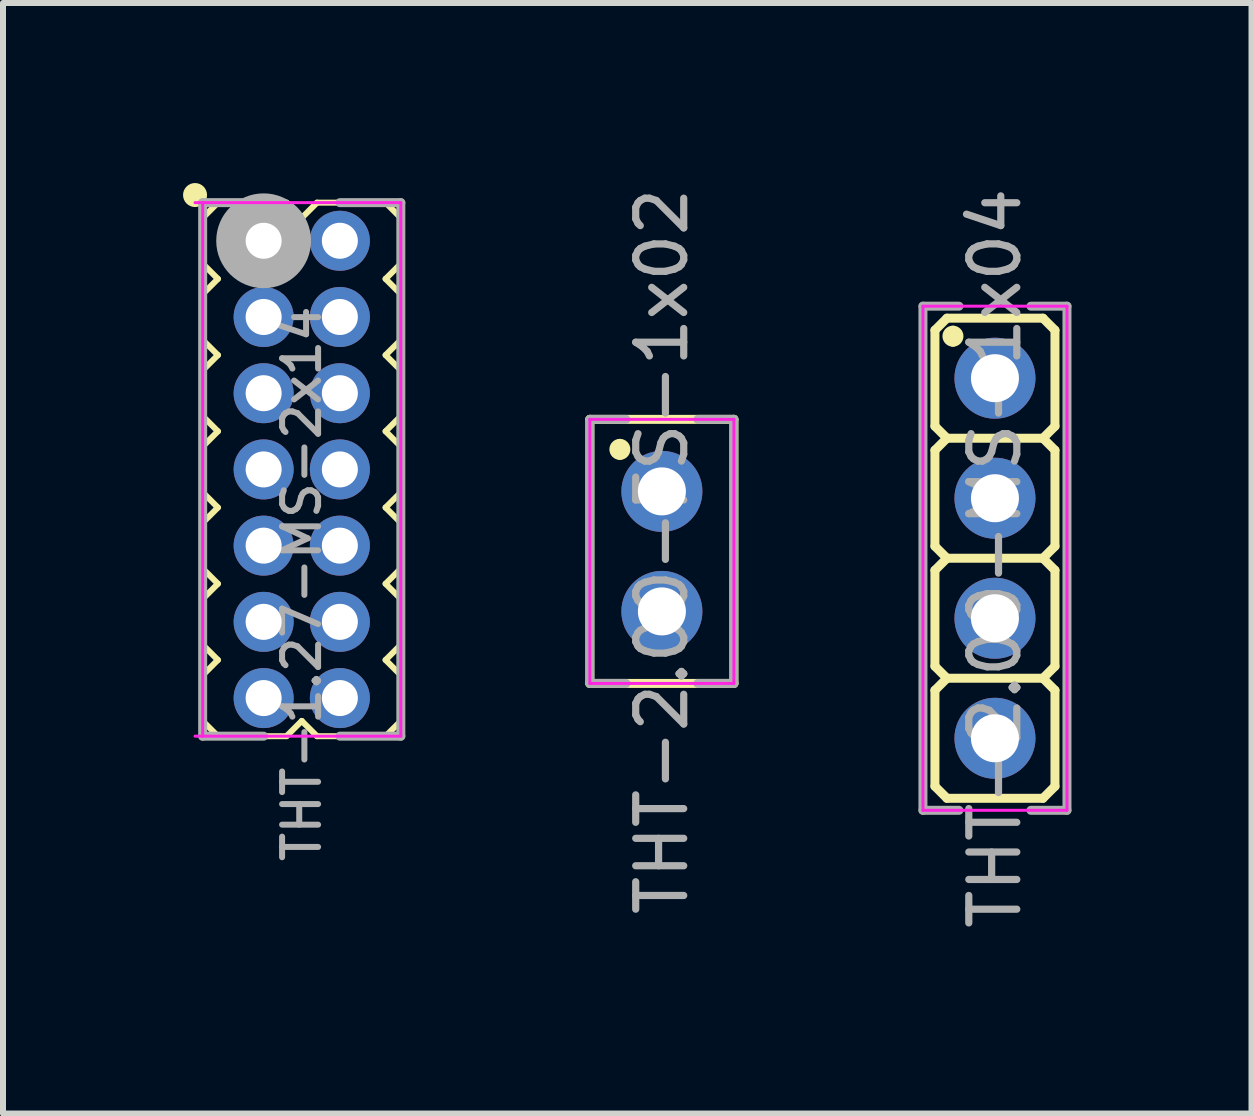
<source format=kicad_pcb>
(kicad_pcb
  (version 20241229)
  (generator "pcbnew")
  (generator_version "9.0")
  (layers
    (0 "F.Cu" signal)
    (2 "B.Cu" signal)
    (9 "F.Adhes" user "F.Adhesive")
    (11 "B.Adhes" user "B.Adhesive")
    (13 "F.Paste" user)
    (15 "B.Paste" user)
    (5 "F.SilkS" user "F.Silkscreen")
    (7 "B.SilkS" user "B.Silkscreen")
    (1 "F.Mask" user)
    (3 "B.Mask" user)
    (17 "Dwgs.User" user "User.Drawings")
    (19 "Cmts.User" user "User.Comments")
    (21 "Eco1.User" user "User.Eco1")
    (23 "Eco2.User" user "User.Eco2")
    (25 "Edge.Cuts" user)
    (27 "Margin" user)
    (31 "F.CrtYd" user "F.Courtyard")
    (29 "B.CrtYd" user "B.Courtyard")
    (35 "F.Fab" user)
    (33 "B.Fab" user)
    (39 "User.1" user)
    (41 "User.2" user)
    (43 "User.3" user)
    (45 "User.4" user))
  (footprint "THT-1.27-MS-2x14"
    (layer "F.Cu")
    (at 1.978 4.772)
    (property "Reference" "THT-1.27-MS-2x14" (at 0 1.905 90) (layer "F.Fab") (effects (font (size 0.6 0.6) (thickness 0.1))))
    (attr through_hole)
    (fp_line (start -1.651 -3.429) (end -1.651 -4.191) (stroke (width 0.1) (type solid)) (layer "F.SilkS"))
    (fp_line (start -1.651 -3.429) (end -1.397 -3.175) (stroke (width 0.1) (type solid)) (layer "F.SilkS"))
    (fp_line (start -1.651 -2.159) (end -1.651 -2.921) (stroke (width 0.1) (type solid)) (layer "F.SilkS"))
    (fp_line (start -1.651 -2.159) (end -1.397 -1.905) (stroke (width 0.1) (type solid)) (layer "F.SilkS"))
    (fp_line (start -1.651 -0.889) (end -1.651 -1.651) (stroke (width 0.1) (type solid)) (layer "F.SilkS"))
    (fp_line (start -1.651 -0.889) (end -1.397 -0.635) (stroke (width 0.1) (type solid)) (layer "F.SilkS"))
    (fp_line (start -1.651 0.381) (end -1.651 -0.381) (stroke (width 0.1) (type solid)) (layer "F.SilkS"))
    (fp_line (start -1.651 0.381) (end -1.397 0.635) (stroke (width 0.1) (type solid)) (layer "F.SilkS"))
    (fp_line (start -1.651 1.651) (end -1.651 0.889) (stroke (width 0.1) (type solid)) (layer "F.SilkS"))
    (fp_line (start -1.651 1.651) (end -1.397 1.905) (stroke (width 0.1) (type solid)) (layer "F.SilkS"))
    (fp_line (start -1.651 2.159) (end -1.651 2.921) (stroke (width 0.1) (type solid)) (layer "F.SilkS"))
    (fp_line (start -1.651 3.429) (end -1.651 4.191) (stroke (width 0.1) (type solid)) (layer "F.SilkS"))
    (fp_line (start -1.397 -4.445) (end -1.651 -4.191) (stroke (width 0.1) (type solid)) (layer "F.SilkS"))
    (fp_line (start -1.397 -3.175) (end -1.651 -2.921) (stroke (width 0.1) (type solid)) (layer "F.SilkS"))
    (fp_line (start -1.397 -1.905) (end -1.651 -1.651) (stroke (width 0.1) (type solid)) (layer "F.SilkS"))
    (fp_line (start -1.397 -0.635) (end -1.651 -0.381) (stroke (width 0.1) (type solid)) (layer "F.SilkS"))
    (fp_line (start -1.397 0.635) (end -1.651 0.889) (stroke (width 0.1) (type solid)) (layer "F.SilkS"))
    (fp_line (start -1.397 1.905) (end -1.651 2.159) (stroke (width 0.1) (type solid)) (layer "F.SilkS"))
    (fp_line (start -1.397 3.175) (end -1.651 2.921) (stroke (width 0.1) (type solid)) (layer "F.SilkS"))
    (fp_line (start -1.397 3.175) (end -1.651 3.429) (stroke (width 0.1) (type solid)) (layer "F.SilkS"))
    (fp_line (start -1.397 4.445) (end -1.651 4.191) (stroke (width 0.1) (type solid)) (layer "F.SilkS"))
    (fp_line (start -1.397 4.445) (end -0.254 4.445) (stroke (width 0.1) (type solid)) (layer "F.SilkS"))
    (fp_line (start -0.254 -4.445) (end -1.397 -4.445) (stroke (width 0.1) (type solid)) (layer "F.SilkS"))
    (fp_line (start -0.254 -4.445) (end 0 -4.191) (stroke (width 0.1) (type solid)) (layer "F.SilkS"))
    (fp_line (start -0.254 4.445) (end 0 4.191) (stroke (width 0.1) (type solid)) (layer "F.SilkS"))
    (fp_line (start 0.254 -4.445) (end 0 -4.191) (stroke (width 0.1) (type solid)) (layer "F.SilkS"))
    (fp_line (start 0.254 4.445) (end 0 4.191) (stroke (width 0.1) (type solid)) (layer "F.SilkS"))
    (fp_line (start 0.254 4.445) (end 1.397 4.445) (stroke (width 0.1) (type solid)) (layer "F.SilkS"))
    (fp_line (start 1.397 -4.445) (end 0.254 -4.445) (stroke (width 0.1) (type solid)) (layer "F.SilkS"))
    (fp_line (start 1.397 -4.445) (end 1.651 -4.191) (stroke (width 0.1) (type solid)) (layer "F.SilkS"))
    (fp_line (start 1.397 -3.175) (end 1.651 -3.429) (stroke (width 0.1) (type solid)) (layer "F.SilkS"))
    (fp_line (start 1.397 -3.175) (end 1.651 -2.921) (stroke (width 0.1) (type solid)) (layer "F.SilkS"))
    (fp_line (start 1.397 -1.905) (end 1.651 -2.159) (stroke (width 0.1) (type solid)) (layer "F.SilkS"))
    (fp_line (start 1.397 -1.905) (end 1.651 -1.651) (stroke (width 0.1) (type solid)) (layer "F.SilkS"))
    (fp_line (start 1.397 -0.635) (end 1.651 -0.889) (stroke (width 0.1) (type solid)) (layer "F.SilkS"))
    (fp_line (start 1.397 -0.635) (end 1.651 -0.381) (stroke (width 0.1) (type solid)) (layer "F.SilkS"))
    (fp_line (start 1.397 0.635) (end 1.651 0.381) (stroke (width 0.1) (type solid)) (layer "F.SilkS"))
    (fp_line (start 1.397 0.635) (end 1.651 0.889) (stroke (width 0.1) (type solid)) (layer "F.SilkS"))
    (fp_line (start 1.397 1.905) (end 1.651 1.651) (stroke (width 0.1) (type solid)) (layer "F.SilkS"))
    (fp_line (start 1.397 3.175) (end 1.651 2.921) (stroke (width 0.1) (type solid)) (layer "F.SilkS"))
    (fp_line (start 1.397 4.445) (end 1.651 4.191) (stroke (width 0.1) (type solid)) (layer "F.SilkS"))
    (fp_line (start 1.651 -3.429) (end 1.651 -4.191) (stroke (width 0.1) (type solid)) (layer "F.SilkS"))
    (fp_line (start 1.651 -2.159) (end 1.651 -2.921) (stroke (width 0.1) (type solid)) (layer "F.SilkS"))
    (fp_line (start 1.651 -0.889) (end 1.651 -1.651) (stroke (width 0.1) (type solid)) (layer "F.SilkS"))
    (fp_line (start 1.651 0.381) (end 1.651 -0.381) (stroke (width 0.1) (type solid)) (layer "F.SilkS"))
    (fp_line (start 1.651 1.651) (end 1.651 0.889) (stroke (width 0.1) (type solid)) (layer "F.SilkS"))
    (fp_line (start 1.651 2.159) (end 1.397 1.905) (stroke (width 0.1) (type solid)) (layer "F.SilkS"))
    (fp_line (start 1.651 2.159) (end 1.651 2.921) (stroke (width 0.1) (type solid)) (layer "F.SilkS"))
    (fp_line (start 1.651 3.429) (end 1.397 3.175) (stroke (width 0.1) (type solid)) (layer "F.SilkS"))
    (fp_line (start 1.651 3.429) (end 1.651 4.191) (stroke (width 0.1) (type solid)) (layer "F.SilkS"))
    (fp_circle (center -1.778 -4.572) (end -1.678 -4.572) (stroke (width 0.2) (type solid)) (fill no) (layer "F.SilkS"))
    (fp_line (start -1.651 -4.445) (end -1.651 4.445) (stroke (width 0.05) (type solid)) (layer "F.CrtYd"))
    (fp_line (start 1.651 -4.445) (end -1.778 -4.445) (stroke (width 0.05) (type solid)) (layer "F.CrtYd"))
    (fp_line (start 1.651 -4.445) (end 1.651 4.445) (stroke (width 0.05) (type solid)) (layer "F.CrtYd"))
    (fp_line (start 1.651 4.445) (end -1.778 4.445) (stroke (width 0.05) (type solid)) (layer "F.CrtYd"))
    (fp_line (start -1.651 -4.445) (end -1.651 4.445) (stroke (width 0.15) (type solid)) (layer "F.Fab"))
    (fp_line (start -1.651 -4.445) (end -0.635 -4.445) (stroke (width 0.15) (type solid)) (layer "F.Fab"))
    (fp_line (start -1.651 4.445) (end -0.635 4.445) (stroke (width 0.15) (type solid)) (layer "F.Fab"))
    (fp_line (start 0.635 -4.445) (end 1.651 -4.445) (stroke (width 0.15) (type solid)) (layer "F.Fab"))
    (fp_line (start 0.635 4.445) (end 1.651 4.445) (stroke (width 0.15) (type solid)) (layer "F.Fab"))
    (fp_line (start 1.651 -4.445) (end 1.651 4.445) (stroke (width 0.15) (type solid)) (layer "F.Fab"))
    (fp_circle (center -0.635 -3.81) (end -0.445 -3.81) (stroke (width 0.6) (type solid)) (fill no) (layer "F.Fab"))
    (pad "1" thru_hole roundrect (at -0.635 -3.81) (size 1 1) (drill 0.6) (layers "*.Cu" "*.Mask") (roundrect_rratio 0.2))
    (pad "2" thru_hole circle (at 0.635 -3.81) (size 1 1) (drill 0.6) (layers "*.Cu" "*.Mask"))
    (pad "3" thru_hole circle (at -0.635 -2.54) (size 1 1) (drill 0.6) (layers "*.Cu" "*.Mask"))
    (pad "4" thru_hole circle (at 0.635 -2.54) (size 1 1) (drill 0.6) (layers "*.Cu" "*.Mask"))
    (pad "5" thru_hole circle (at -0.635 -1.27) (size 1 1) (drill 0.6) (layers "*.Cu" "*.Mask"))
    (pad "6" thru_hole circle (at 0.635 -1.27) (size 1 1) (drill 0.6) (layers "*.Cu" "*.Mask"))
    (pad "7" thru_hole circle (at -0.635 0) (size 1 1) (drill 0.6) (layers "*.Cu" "*.Mask"))
    (pad "8" thru_hole circle (at 0.635 0) (size 1 1) (drill 0.6) (layers "*.Cu" "*.Mask"))
    (pad "9" thru_hole circle (at -0.635 1.27) (size 1 1) (drill 0.6) (layers "*.Cu" "*.Mask"))
    (pad "10" thru_hole circle (at 0.635 1.27) (size 1 1) (drill 0.6) (layers "*.Cu" "*.Mask"))
    (pad "11" thru_hole circle (at -0.635 2.54) (size 1 1) (drill 0.6) (layers "*.Cu" "*.Mask"))
    (pad "12" thru_hole circle (at 0.635 2.54) (size 1 1) (drill 0.6) (layers "*.Cu" "*.Mask"))
    (pad "13" thru_hole circle (at -0.635 3.81) (size 1 1) (drill 0.6) (layers "*.Cu" "*.Mask"))
    (pad "14" thru_hole circle (at 0.635 3.81) (size 1 1) (drill 0.6) (layers "*.Cu" "*.Mask")))
  (footprint "THT-2.00-MS-1x04"
    (layer "F.Cu")
    (at 13.529 6.252)
    (property "Reference" "THT-2.00-MS-1x04" (at 0 0 90) (layer "F.Fab") (effects (font (size 0.8 0.8) (thickness 0.12))))
    (attr through_hole)
    (fp_line (start -1 -3.8) (end -0.8 -4) (stroke (width 0.15) (type solid)) (layer "F.SilkS"))
    (fp_line (start -1 -2.2) (end -1 -3.8) (stroke (width 0.15) (type solid)) (layer "F.SilkS"))
    (fp_line (start -1 -1.8) (end -0.8 -2) (stroke (width 0.15) (type solid)) (layer "F.SilkS"))
    (fp_line (start -1 -0.2) (end -1 -1.8) (stroke (width 0.15) (type solid)) (layer "F.SilkS"))
    (fp_line (start -1 0.2) (end -0.8 0) (stroke (width 0.15) (type solid)) (layer "F.SilkS"))
    (fp_line (start -1 1.8) (end -1 0.2) (stroke (width 0.15) (type solid)) (layer "F.SilkS"))
    (fp_line (start -1 2.2) (end -0.8 2) (stroke (width 0.15) (type solid)) (layer "F.SilkS"))
    (fp_line (start -1 3.8) (end -1 2.2) (stroke (width 0.15) (type solid)) (layer "F.SilkS"))
    (fp_line (start -0.8 -2) (end -1 -2.2) (stroke (width 0.15) (type solid)) (layer "F.SilkS"))
    (fp_line (start -0.8 -2) (end 0.8 -2) (stroke (width 0.15) (type solid)) (layer "F.SilkS"))
    (fp_line (start -0.8 0) (end -1 -0.2) (stroke (width 0.15) (type solid)) (layer "F.SilkS"))
    (fp_line (start -0.8 2) (end -1 1.8) (stroke (width 0.15) (type solid)) (layer "F.SilkS"))
    (fp_line (start -0.8 2) (end 0.8 2) (stroke (width 0.15) (type solid)) (layer "F.SilkS"))
    (fp_line (start -0.8 4) (end -1 3.8) (stroke (width 0.15) (type solid)) (layer "F.SilkS"))
    (fp_line (start -0.7 -3.8) (end -0.7 -3.6) (stroke (width 0.15) (type solid)) (layer "F.SilkS"))
    (fp_line (start 0.8 -4) (end -0.8 -4) (stroke (width 0.15) (type solid)) (layer "F.SilkS"))
    (fp_line (start 0.8 -2) (end 1 -2.2) (stroke (width 0.15) (type solid)) (layer "F.SilkS"))
    (fp_line (start 0.8 -2) (end 1 -1.8) (stroke (width 0.15) (type solid)) (layer "F.SilkS"))
    (fp_line (start 0.8 0) (end -0.8 0) (stroke (width 0.15) (type solid)) (layer "F.SilkS"))
    (fp_line (start 0.8 2) (end 1 1.8) (stroke (width 0.15) (type solid)) (layer "F.SilkS"))
    (fp_line (start 0.8 2) (end 1 2.2) (stroke (width 0.15) (type solid)) (layer "F.SilkS"))
    (fp_line (start 0.8 4) (end -0.8 4) (stroke (width 0.15) (type solid)) (layer "F.SilkS"))
    (fp_line (start 1 -3.8) (end 0.8 -4) (stroke (width 0.15) (type solid)) (layer "F.SilkS"))
    (fp_line (start 1 -2.2) (end 1 -3.8) (stroke (width 0.15) (type solid)) (layer "F.SilkS"))
    (fp_line (start 1 -1.8) (end 1 -0.2) (stroke (width 0.15) (type solid)) (layer "F.SilkS"))
    (fp_line (start 1 -0.2) (end 0.8 0) (stroke (width 0.15) (type solid)) (layer "F.SilkS"))
    (fp_line (start 1 0.2) (end 0.8 0) (stroke (width 0.15) (type solid)) (layer "F.SilkS"))
    (fp_line (start 1 1.8) (end 1 0.2) (stroke (width 0.15) (type solid)) (layer "F.SilkS"))
    (fp_line (start 1 2.2) (end 1 3.8) (stroke (width 0.15) (type solid)) (layer "F.SilkS"))
    (fp_line (start 1 3.8) (end 0.8 4) (stroke (width 0.15) (type solid)) (layer "F.SilkS"))
    (fp_circle (center -0.7 -3.7) (end -0.6 -3.7) (stroke (width 0.15) (type solid)) (fill no) (layer "F.SilkS"))
    (fp_line (start -1.2 -4.2) (end 1.2 -4.2) (stroke (width 0.05) (type solid)) (layer "F.CrtYd"))
    (fp_line (start -1.2 4.2) (end -1.2 -4.2) (stroke (width 0.05) (type solid)) (layer "F.CrtYd"))
    (fp_line (start 1.2 -4.2) (end 1.2 4.2) (stroke (width 0.05) (type solid)) (layer "F.CrtYd"))
    (fp_line (start 1.2 4.2) (end -1.2 4.2) (stroke (width 0.05) (type solid)) (layer "F.CrtYd"))
    (fp_line (start -1.2 -4.2) (end -1.2 4.2) (stroke (width 0.15) (type solid)) (layer "F.Fab"))
    (fp_line (start -1.2 4.2) (end -0.6 4.2) (stroke (width 0.15) (type solid)) (layer "F.Fab"))
    (fp_line (start -0.6 -4.2) (end -1.2 -4.2) (stroke (width 0.15) (type solid)) (layer "F.Fab"))
    (fp_line (start 0.6 4.2) (end 1.2 4.2) (stroke (width 0.15) (type solid)) (layer "F.Fab"))
    (fp_line (start 1.2 -4.2) (end 0.6 -4.2) (stroke (width 0.15) (type solid)) (layer "F.Fab"))
    (fp_line (start 1.2 4.2) (end 1.2 -4.2) (stroke (width 0.15) (type solid)) (layer "F.Fab"))
    (pad "1" thru_hole circle (at 0 -3) (size 1.35 1.35) (drill 0.8) (layers "*.Cu" "*.Mask"))
    (pad "2" thru_hole oval (at 0 -1) (size 1.35 1.35) (drill 0.8) (layers "*.Cu" "*.Mask"))
    (pad "3" thru_hole circle (at 0 1) (size 1.35 1.35) (drill 0.8) (layers "*.Cu" "*.Mask"))
    (pad "4" thru_hole oval (at 0 3) (size 1.35 1.35) (drill 0.8) (layers "*.Cu" "*.Mask")))
  (footprint "THT-2.00-FS-1x02"
    (layer "F.Cu")
    (at 7.979 6.138)
    (property "Reference" "THT-2.00-FS-1x02" (at 0 0 90) (layer "F.Fab") (effects (font (size 0.8 0.8) (thickness 0.12))))
    (attr through_hole)
    (fp_line (start -1.2 -2.2) (end -1.2 2.2) (stroke (width 0.15) (type solid)) (layer "F.SilkS"))
    (fp_line (start -0.7 -1.8) (end -0.7 -1.6) (stroke (width 0.15) (type solid)) (layer "F.SilkS"))
    (fp_line (start 1.2 -2.2) (end -1.2 -2.2) (stroke (width 0.15) (type solid)) (layer "F.SilkS"))
    (fp_line (start 1.2 -2.2) (end 1.2 2.2) (stroke (width 0.15) (type solid)) (layer "F.SilkS"))
    (fp_line (start 1.2 2.2) (end -1.2 2.2) (stroke (width 0.15) (type solid)) (layer "F.SilkS"))
    (fp_circle (center -0.7 -1.7) (end -0.7 -1.6) (stroke (width 0.15) (type solid)) (fill no) (layer "F.SilkS"))
    (fp_line (start -1.2 -2.2) (end 1.2 -2.2) (stroke (width 0.05) (type solid)) (layer "F.CrtYd"))
    (fp_line (start -1.2 2.2) (end -1.2 -2.2) (stroke (width 0.05) (type solid)) (layer "F.CrtYd"))
    (fp_line (start -1.2 2.2) (end 1.2 2.2) (stroke (width 0.05) (type solid)) (layer "F.CrtYd"))
    (fp_line (start 1.2 -2.2) (end 1.2 2.2) (stroke (width 0.05) (type solid)) (layer "F.CrtYd"))
    (fp_line (start -1.2 -2.2) (end -1.2 2.2) (stroke (width 0.15) (type solid)) (layer "F.Fab"))
    (fp_line (start -0.6 -2.2) (end -1.2 -2.2) (stroke (width 0.15) (type solid)) (layer "F.Fab"))
    (fp_line (start -0.6 2.2) (end -1.2 2.2) (stroke (width 0.15) (type solid)) (layer "F.Fab"))
    (fp_line (start 1.2 -2.2) (end 0.6 -2.2) (stroke (width 0.15) (type solid)) (layer "F.Fab"))
    (fp_line (start 1.2 2.2) (end 0.6 2.2) (stroke (width 0.15) (type solid)) (layer "F.Fab"))
    (fp_line (start 1.2 2.2) (end 1.2 -2.2) (stroke (width 0.15) (type solid)) (layer "F.Fab"))
    (pad "1" thru_hole circle (at 0 -1) (size 1.35 1.35) (drill 0.8) (layers "*.Cu" "*.Mask"))
    (pad "2" thru_hole oval (at 0 1) (size 1.35 1.35) (drill 0.8) (layers "*.Cu" "*.Mask")))
  (gr_rect
    (start -3 -3)
    (end 17.804 15.505)
    (stroke (width 0.1) (type default))
    (fill no)
    (layer "Edge.Cuts")))
</source>
